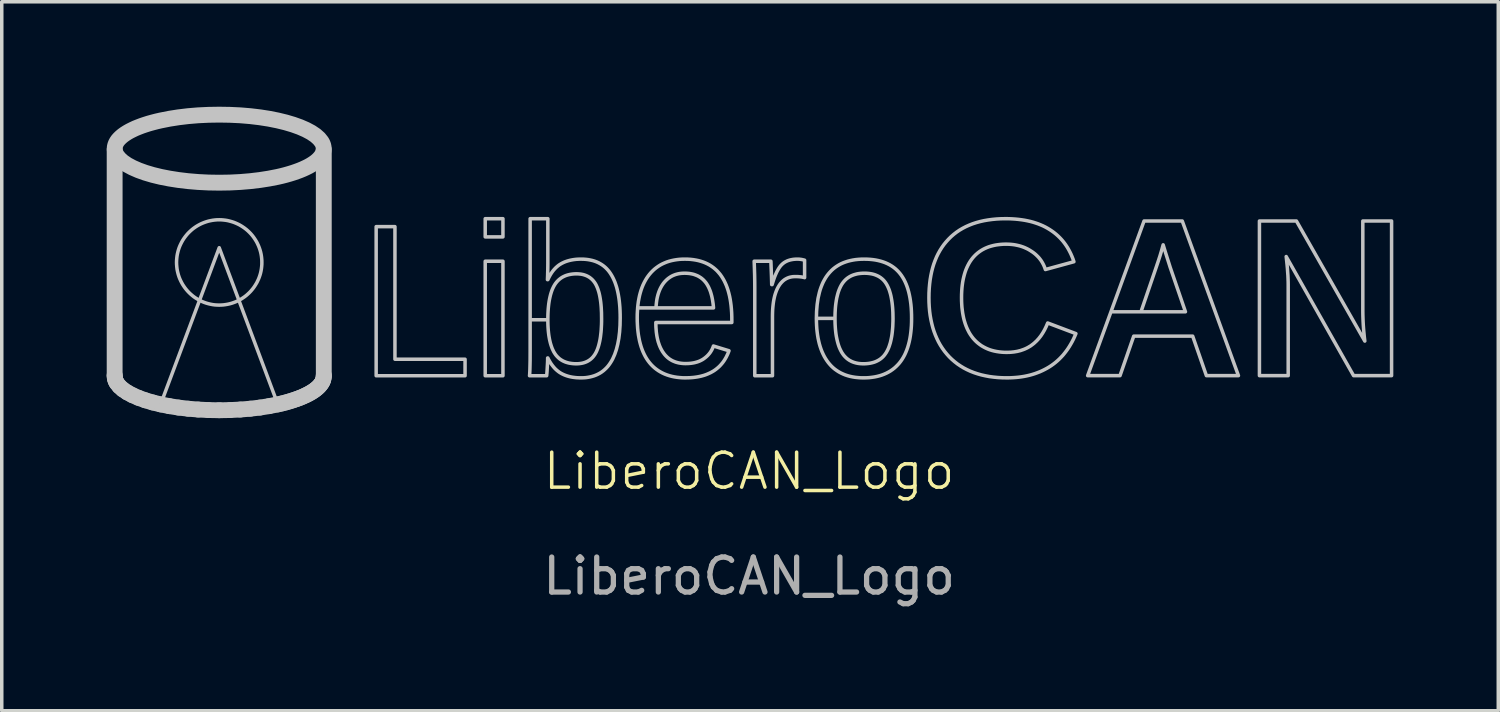
<source format=kicad_pcb>
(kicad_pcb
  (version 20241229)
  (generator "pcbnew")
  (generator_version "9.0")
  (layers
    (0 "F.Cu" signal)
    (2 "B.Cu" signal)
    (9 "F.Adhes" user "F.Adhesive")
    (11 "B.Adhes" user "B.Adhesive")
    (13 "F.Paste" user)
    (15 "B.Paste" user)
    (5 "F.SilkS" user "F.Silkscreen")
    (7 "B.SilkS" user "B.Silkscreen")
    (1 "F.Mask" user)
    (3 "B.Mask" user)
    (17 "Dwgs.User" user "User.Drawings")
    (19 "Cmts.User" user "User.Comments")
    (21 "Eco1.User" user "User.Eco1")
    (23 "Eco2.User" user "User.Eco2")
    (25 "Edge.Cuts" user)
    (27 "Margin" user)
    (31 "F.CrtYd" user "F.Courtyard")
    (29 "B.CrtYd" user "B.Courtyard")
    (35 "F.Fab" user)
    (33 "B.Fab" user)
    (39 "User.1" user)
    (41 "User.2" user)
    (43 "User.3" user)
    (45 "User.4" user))
  (footprint "LiberoCAN_Logo"
    (layer "F.Cu")
    (at 18.363 10.917)
    (property "Reference" "LiberoCAN_Logo" (at 0 -0.5 0) (unlocked yes) (layer "F.SilkS") (effects (font (size 1 1) (thickness 0.1))))
    (fp_line (start -18.136 -3.245) (end -18.136 -9.686) (stroke (width 0.453) (type solid) (color 255 255 255 1)) (layer "Dwgs.User"))
    (fp_line (start -18.135 -3.214) (end -18.136 -3.245) (stroke (width 0.453) (type default)) (layer "Dwgs.User"))
    (fp_line (start -18.131 -3.164) (end -18.135 -3.214) (stroke (width 0.453) (type solid) (color 255 255 255 1)) (layer "Dwgs.User"))
    (fp_line (start -18.119 -3.114) (end -18.131 -3.164) (stroke (width 0.453) (type solid) (color 255 255 255 1)) (layer "Dwgs.User"))
    (fp_line (start -18.1 -3.065) (end -18.119 -3.114) (stroke (width 0.453) (type solid) (color 255 255 255 1)) (layer "Dwgs.User"))
    (fp_line (start -18.074 -3.018) (end -18.1 -3.065) (stroke (width 0.453) (type solid) (color 255 255 255 1)) (layer "Dwgs.User"))
    (fp_line (start -18 -2.924) (end -18.074 -3.018) (stroke (width 0.453) (type solid) (color 255 255 255 1)) (layer "Dwgs.User"))
    (fp_line (start -17.9 -2.835) (end -18 -2.924) (stroke (width 0.453) (type solid) (color 255 255 255 1)) (layer "Dwgs.User"))
    (fp_line (start -17.774 -2.75) (end -17.9 -2.835) (stroke (width 0.453) (type solid) (color 255 255 255 1)) (layer "Dwgs.User"))
    (fp_line (start -17.624 -2.67) (end -17.774 -2.75) (stroke (width 0.453) (type solid) (color 255 255 255 1)) (layer "Dwgs.User"))
    (fp_line (start -17.452 -2.595) (end -17.624 -2.67) (stroke (width 0.453) (type solid) (color 255 255 255 1)) (layer "Dwgs.User"))
    (fp_line (start -17.26 -2.526) (end -17.452 -2.595) (stroke (width 0.453) (type solid) (color 255 255 255 1)) (layer "Dwgs.User"))
    (fp_line (start -17.047 -2.463) (end -17.26 -2.526) (stroke (width 0.453) (type solid) (color 255 255 255 1)) (layer "Dwgs.User"))
    (fp_line (start -16.817 -2.407) (end -17.047 -2.463) (stroke (width 0.453) (type solid) (color 255 255 255 1)) (layer "Dwgs.User"))
    (fp_line (start -16.571 -2.358) (end -16.817 -2.407) (stroke (width 0.453) (type solid) (color 255 255 255 1)) (layer "Dwgs.User"))
    (fp_line (start -16.31 -2.317) (end -16.571 -2.358) (stroke (width 0.453) (type solid) (color 255 255 255 1)) (layer "Dwgs.User"))
    (fp_line (start -16.036 -2.285) (end -16.31 -2.317) (stroke (width 0.453) (type solid) (color 255 255 255 1)) (layer "Dwgs.User"))
    (fp_line (start -15.749 -2.261) (end -16.036 -2.285) (stroke (width 0.453) (type solid) (color 255 255 255 1)) (layer "Dwgs.User"))
    (fp_line (start -15.453 -2.246) (end -15.749 -2.261) (stroke (width 0.453) (type solid) (color 255 255 255 1)) (layer "Dwgs.User"))
    (fp_line (start -15.147 -2.241) (end -15.453 -2.246) (stroke (width 0.453) (type solid) (color 255 255 255 1)) (layer "Dwgs.User"))
    (fp_line (start -14.842 -2.246) (end -15.147 -2.241) (stroke (width 0.453) (type solid) (color 255 255 255 1)) (layer "Dwgs.User"))
    (fp_line (start -14.545 -2.261) (end -14.842 -2.246) (stroke (width 0.453) (type solid) (color 255 255 255 1)) (layer "Dwgs.User"))
    (fp_line (start -14.259 -2.285) (end -14.545 -2.261) (stroke (width 0.453) (type solid) (color 255 255 255 1)) (layer "Dwgs.User"))
    (fp_line (start -13.984 -2.317) (end -14.259 -2.285) (stroke (width 0.453) (type solid) (color 255 255 255 1)) (layer "Dwgs.User"))
    (fp_line (start -13.723 -2.358) (end -13.984 -2.317) (stroke (width 0.453) (type solid) (color 255 255 255 1)) (layer "Dwgs.User"))
    (fp_line (start -13.477 -2.407) (end -13.723 -2.358) (stroke (width 0.453) (type solid) (color 255 255 255 1)) (layer "Dwgs.User"))
    (fp_line (start -13.36 -2.434) (end -13.477 -2.407) (stroke (width 0.453) (type solid) (color 255 255 255 1)) (layer "Dwgs.User"))
    (fp_line (start -13.247 -2.463) (end -13.36 -2.434) (stroke (width 0.453) (type solid) (color 255 255 255 1)) (layer "Dwgs.User"))
    (fp_line (start -13.138 -2.494) (end -13.247 -2.463) (stroke (width 0.453) (type solid) (color 255 255 255 1)) (layer "Dwgs.User"))
    (fp_line (start -13.035 -2.526) (end -13.138 -2.494) (stroke (width 0.453) (type solid) (color 255 255 255 1)) (layer "Dwgs.User"))
    (fp_line (start -12.936 -2.56) (end -13.035 -2.526) (stroke (width 0.453) (type solid) (color 255 255 255 1)) (layer "Dwgs.User"))
    (fp_line (start -12.842 -2.595) (end -12.936 -2.56) (stroke (width 0.453) (type solid) (color 255 255 255 1)) (layer "Dwgs.User"))
    (fp_line (start -12.753 -2.632) (end -12.842 -2.595) (stroke (width 0.453) (type solid) (color 255 255 255 1)) (layer "Dwgs.User"))
    (fp_line (start -12.67 -2.67) (end -12.753 -2.632) (stroke (width 0.453) (type solid) (color 255 255 255 1)) (layer "Dwgs.User"))
    (fp_line (start -12.592 -2.709) (end -12.67 -2.67) (stroke (width 0.453) (type solid) (color 255 255 255 1)) (layer "Dwgs.User"))
    (fp_line (start -12.52 -2.75) (end -12.592 -2.709) (stroke (width 0.453) (type solid) (color 255 255 255 1)) (layer "Dwgs.User"))
    (fp_line (start -12.454 -2.792) (end -12.52 -2.75) (stroke (width 0.453) (type solid) (color 255 255 255 1)) (layer "Dwgs.User"))
    (fp_line (start -12.394 -2.835) (end -12.454 -2.792) (stroke (width 0.453) (type solid) (color 255 255 255 1)) (layer "Dwgs.User"))
    (fp_line (start -12.341 -2.879) (end -12.394 -2.835) (stroke (width 0.453) (type solid) (color 255 255 255 1)) (layer "Dwgs.User"))
    (fp_line (start -12.294 -2.924) (end -12.341 -2.879) (stroke (width 0.453) (type solid) (color 255 255 255 1)) (layer "Dwgs.User"))
    (fp_line (start -12.254 -2.971) (end -12.294 -2.924) (stroke (width 0.453) (type solid) (color 255 255 255 1)) (layer "Dwgs.User"))
    (fp_line (start -12.22 -3.018) (end -12.254 -2.971) (stroke (width 0.453) (type solid) (color 255 255 255 1)) (layer "Dwgs.User"))
    (fp_line (start -12.194 -3.065) (end -12.22 -3.018) (stroke (width 0.453) (type solid) (color 255 255 255 1)) (layer "Dwgs.User"))
    (fp_line (start -12.175 -3.114) (end -12.194 -3.065) (stroke (width 0.453) (type solid) (color 255 255 255 1)) (layer "Dwgs.User"))
    (fp_line (start -12.164 -3.164) (end -12.175 -3.114) (stroke (width 0.453) (type solid) (color 255 255 255 1)) (layer "Dwgs.User"))
    (fp_line (start -12.16 -3.214) (end -12.164 -3.164) (stroke (width 0.453) (type solid) (color 255 255 255 1)) (layer "Dwgs.User"))
    (fp_line (start -12.16 -3.214) (end -12.158 -3.245) (stroke (width 0.453) (type default)) (layer "Dwgs.User"))
    (fp_line (start -12.158 -9.686) (end -12.158 -3.245) (stroke (width 0.453) (type solid) (color 255 255 255 1)) (layer "Dwgs.User"))
    (fp_poly (pts (xy -13.45 -2.351) (xy -16.844 -2.351) (xy -15.147 -6.886)) (stroke (width 0.1) (type solid)) (fill no) (layer "Dwgs.User"))
    (fp_poly (pts (xy -7.037 -7.196) (xy -7.544 -7.196) (xy -7.544 -7.716) (xy -7.037 -7.716)) (stroke (width 0.1) (type solid)) (fill no) (layer "Dwgs.User"))
    (fp_poly (pts (xy -7.037 -3.227) (xy -7.544 -3.227) (xy -7.544 -6.5) (xy -7.037 -6.5)) (stroke (width 0.1) (type solid)) (fill no) (layer "Dwgs.User"))
    (fp_poly (pts (xy -10.124 -3.699) (xy -8.12 -3.699) (xy -8.12 -3.227) (xy -10.661 -3.227) (xy -10.661 -7.489) (xy -10.124 -7.489)) (stroke (width 0.1) (type solid)) (fill no) (layer "Dwgs.User"))
    (fp_poly (pts (xy 13.986 -3.23) (xy 13.07 -3.23) (xy 12.678 -4.359) (xy 10.993 -4.359) (xy 10.601 -3.23) (xy 9.676 -3.23) (xy 10.342 -5.055) (xy 11.2 -5.055) (xy 12.471 -5.055) (xy 12.035 -6.326) (xy 11.9 -6.753) (xy 11.834 -6.969) (xy 11.815 -6.9) (xy 11.799 -6.842) (xy 11.781 -6.779) (xy 11.761 -6.713) (xy 11.74 -6.643) (xy 11.69 -6.49) (xy 11.583 -6.174) (xy 11.2 -5.055) (xy 10.342 -5.055) (xy 11.288 -7.65) (xy 12.38 -7.65)) (stroke (width 0.1) (type solid)) (fill no) (layer "Dwgs.User"))
    (fp_poly (pts (xy 17.598 -4.218) (xy 17.584 -4.335) (xy 17.573 -4.449) (xy 17.563 -4.561) (xy 17.555 -4.67) (xy 17.549 -4.777) (xy 17.545 -4.881) (xy 17.542 -4.982) (xy 17.541 -5.081) (xy 17.541 -7.65) (xy 18.363 -7.65) (xy 18.363 -3.23) (xy 17.277 -3.23) (xy 15.351 -6.634) (xy 15.376 -6.398) (xy 15.386 -6.289) (xy 15.393 -6.186) (xy 15.4 -6.09) (xy 15.404 -5.999) (xy 15.407 -5.915) (xy 15.408 -5.837) (xy 15.408 -3.23) (xy 14.586 -3.23) (xy 14.586 -7.65) (xy 15.643 -7.65)) (stroke (width 0.1) (type solid)) (fill no) (layer "Dwgs.User"))
    (fp_poly (pts (xy -14.842 -10.685) (xy -14.545 -10.671) (xy -14.259 -10.647) (xy -13.984 -10.614) (xy -13.723 -10.573) (xy -13.477 -10.524) (xy -13.247 -10.468) (xy -13.035 -10.405) (xy -12.842 -10.336) (xy -12.67 -10.261) (xy -12.52 -10.181) (xy -12.394 -10.096) (xy -12.294 -10.007) (xy -12.22 -9.914) (xy -12.194 -9.866) (xy -12.175 -9.817) (xy -12.164 -9.768) (xy -12.16 -9.718) (xy -12.164 -9.668) (xy -12.175 -9.618) (xy -12.194 -9.57) (xy -12.22 -9.522) (xy -12.254 -9.475) (xy -12.294 -9.429) (xy -12.341 -9.383) (xy -12.394 -9.339) (xy -12.454 -9.296) (xy -12.52 -9.254) (xy -12.592 -9.213) (xy -12.67 -9.174) (xy -12.753 -9.136) (xy -12.842 -9.099) (xy -12.936 -9.064) (xy -13.035 -9.03) (xy -13.138 -8.998) (xy -13.247 -8.967) (xy -13.36 -8.938) (xy -13.477 -8.911) (xy -13.723 -8.863) (xy -13.984 -8.822) (xy -14.259 -8.789) (xy -14.545 -8.765) (xy -14.842 -8.75) (xy -15.147 -8.745) (xy -15.453 -8.75) (xy -15.749 -8.765) (xy -16.036 -8.789) (xy -16.31 -8.822) (xy -16.571 -8.863) (xy -16.817 -8.911) (xy -17.047 -8.967) (xy -17.26 -9.03) (xy -17.452 -9.099) (xy -17.624 -9.174) (xy -17.774 -9.254) (xy -17.9 -9.339) (xy -18 -9.429) (xy -18.074 -9.522) (xy -18.1 -9.57) (xy -18.119 -9.618) (xy -18.131 -9.668) (xy -18.135 -9.718) (xy -18.131 -9.768) (xy -18.119 -9.817) (xy -18.1 -9.866) (xy -18.074 -9.914) (xy -18.041 -9.961) (xy -18 -10.007) (xy -17.953 -10.052) (xy -17.9 -10.096) (xy -17.84 -10.139) (xy -17.774 -10.181) (xy -17.702 -10.222) (xy -17.624 -10.261) (xy -17.541 -10.3) (xy -17.452 -10.336) (xy -17.358 -10.372) (xy -17.26 -10.405) (xy -17.156 -10.438) (xy -17.047 -10.468) (xy -16.935 -10.497) (xy -16.817 -10.524) (xy -16.571 -10.573) (xy -16.31 -10.614) (xy -16.036 -10.647) (xy -15.749 -10.671) (xy -15.453 -10.685) (xy -15.147 -10.69)) (stroke (width 0.453) (type solid) (color 255 255 255 1)) (fill no) (layer "Dwgs.User"))
    (fp_poly (pts (xy 1.405 -6.56) (xy 1.43 -6.559) (xy 1.456 -6.556) (xy 1.481 -6.553) (xy 1.507 -6.549) (xy 1.533 -6.543) (xy 1.559 -6.537) (xy 1.585 -6.53) (xy 1.585 -6.031) (xy 1.572 -6.035) (xy 1.558 -6.038) (xy 1.544 -6.041) (xy 1.53 -6.044) (xy 1.515 -6.047) (xy 1.499 -6.05) (xy 1.467 -6.054) (xy 1.432 -6.057) (xy 1.395 -6.06) (xy 1.356 -6.061) (xy 1.315 -6.061) (xy 1.276 -6.06) (xy 1.238 -6.057) (xy 1.202 -6.051) (xy 1.166 -6.043) (xy 1.132 -6.033) (xy 1.099 -6.02) (xy 1.067 -6.005) (xy 1.037 -5.988) (xy 1.007 -5.969) (xy 0.979 -5.947) (xy 0.952 -5.923) (xy 0.926 -5.896) (xy 0.901 -5.868) (xy 0.877 -5.837) (xy 0.855 -5.804) (xy 0.833 -5.768) (xy 0.813 -5.731) (xy 0.794 -5.691) (xy 0.777 -5.65) (xy 0.761 -5.607) (xy 0.746 -5.562) (xy 0.732 -5.515) (xy 0.72 -5.465) (xy 0.709 -5.414) (xy 0.699 -5.361) (xy 0.691 -5.306) (xy 0.684 -5.249) (xy 0.678 -5.19) (xy 0.673 -5.128) (xy 0.67 -5.065) (xy 0.668 -5) (xy 0.667 -4.933) (xy 0.667 -3.227) (xy 0.161 -3.227) (xy 0.161 -5.738) (xy 0.16 -5.915) (xy 0.157 -6.101) (xy 0.151 -6.296) (xy 0.144 -6.5) (xy 0.622 -6.5) (xy 0.639 -6.055) (xy 0.643 -5.915) (xy 0.645 -5.832) (xy 0.656 -5.832) (xy 0.687 -5.932) (xy 0.703 -5.98) (xy 0.719 -6.025) (xy 0.735 -6.068) (xy 0.752 -6.109) (xy 0.769 -6.148) (xy 0.786 -6.185) (xy 0.804 -6.22) (xy 0.822 -6.253) (xy 0.84 -6.284) (xy 0.858 -6.312) (xy 0.877 -6.339) (xy 0.896 -6.364) (xy 0.915 -6.386) (xy 0.935 -6.406) (xy 0.955 -6.425) (xy 0.976 -6.442) (xy 0.998 -6.459) (xy 1.022 -6.474) (xy 1.046 -6.488) (xy 1.071 -6.5) (xy 1.097 -6.512) (xy 1.125 -6.522) (xy 1.153 -6.531) (xy 1.182 -6.539) (xy 1.213 -6.545) (xy 1.244 -6.551) (xy 1.276 -6.555) (xy 1.31 -6.558) (xy 1.344 -6.56) (xy 1.379 -6.56)) (stroke (width 0.1) (type solid)) (fill no) (layer "Dwgs.User"))
    (fp_poly (pts (xy -15.087 -7.684) (xy -15.027 -7.679) (xy -14.967 -7.672) (xy -14.908 -7.662) (xy -14.85 -7.648) (xy -14.792 -7.632) (xy -14.736 -7.614) (xy -14.68 -7.592) (xy -14.626 -7.568) (xy -14.573 -7.542) (xy -14.521 -7.512) (xy -14.471 -7.48) (xy -14.422 -7.446) (xy -14.374 -7.409) (xy -14.329 -7.37) (xy -14.285 -7.328) (xy -14.243 -7.284) (xy -14.204 -7.239) (xy -14.167 -7.191) (xy -14.133 -7.142) (xy -14.101 -7.092) (xy -14.071 -7.04) (xy -14.045 -6.987) (xy -14.02 -6.932) (xy -13.999 -6.877) (xy -13.98 -6.82) (xy -13.964 -6.763) (xy -13.951 -6.705) (xy -13.941 -6.646) (xy -13.934 -6.586) (xy -13.929 -6.526) (xy -13.928 -6.466) (xy -13.928 -6.466) (xy -13.929 -6.405) (xy -13.934 -6.345) (xy -13.941 -6.286) (xy -13.951 -6.227) (xy -13.964 -6.168) (xy -13.98 -6.111) (xy -13.999 -6.054) (xy -14.02 -5.999) (xy -14.045 -5.945) (xy -14.071 -5.891) (xy -14.101 -5.84) (xy -14.133 -5.789) (xy -14.167 -5.74) (xy -14.204 -5.693) (xy -14.243 -5.647) (xy -14.285 -5.603) (xy -14.329 -5.562) (xy -14.374 -5.522) (xy -14.422 -5.485) (xy -14.471 -5.451) (xy -14.521 -5.419) (xy -14.573 -5.39) (xy -14.626 -5.363) (xy -14.68 -5.339) (xy -14.736 -5.318) (xy -14.792 -5.299) (xy -14.85 -5.283) (xy -14.908 -5.27) (xy -14.967 -5.26) (xy -15.027 -5.252) (xy -15.087 -5.248) (xy -15.147 -5.246) (xy -15.21 -5.248) (xy -15.272 -5.252) (xy -15.333 -5.26) (xy -15.393 -5.271) (xy -15.452 -5.285) (xy -15.51 -5.301) (xy -15.566 -5.32) (xy -15.622 -5.342) (xy -15.676 -5.366) (xy -15.728 -5.393) (xy -15.779 -5.423) (xy -15.829 -5.454) (xy -15.877 -5.488) (xy -15.923 -5.525) (xy -15.967 -5.563) (xy -16.009 -5.603) (xy -16.05 -5.646) (xy -16.088 -5.69) (xy -16.124 -5.736) (xy -16.158 -5.784) (xy -16.19 -5.833) (xy -16.219 -5.884) (xy -16.246 -5.937) (xy -16.271 -5.991) (xy -16.293 -6.046) (xy -16.312 -6.103) (xy -16.328 -6.161) (xy -16.342 -6.22) (xy -16.353 -6.28) (xy -16.36 -6.341) (xy -16.365 -6.403) (xy -16.367 -6.466) (xy -16.365 -6.528) (xy -16.36 -6.59) (xy -16.353 -6.651) (xy -16.342 -6.711) (xy -16.328 -6.77) (xy -16.312 -6.828) (xy -16.293 -6.885) (xy -16.271 -6.94) (xy -16.246 -6.994) (xy -16.219 -7.047) (xy -16.19 -7.098) (xy -16.158 -7.148) (xy -16.124 -7.195) (xy -16.088 -7.241) (xy -16.05 -7.286) (xy -16.009 -7.328) (xy -15.967 -7.368) (xy -15.923 -7.407) (xy -15.877 -7.443) (xy -15.829 -7.477) (xy -15.779 -7.509) (xy -15.728 -7.538) (xy -15.676 -7.565) (xy -15.622 -7.589) (xy -15.566 -7.611) (xy -15.51 -7.63) (xy -15.452 -7.647) (xy -15.393 -7.66) (xy -15.333 -7.671) (xy -15.272 -7.679) (xy -15.21 -7.684) (xy -15.147 -7.685)) (stroke (width 0.1) (type solid)) (fill no) (layer "Dwgs.User"))
    (fp_poly (pts (xy 7.425 -7.715) (xy 7.519 -7.711) (xy 7.61 -7.705) (xy 7.7 -7.696) (xy 7.787 -7.685) (xy 7.872 -7.672) (xy 7.954 -7.656) (xy 8.035 -7.638) (xy 8.113 -7.617) (xy 8.189 -7.593) (xy 8.262 -7.568) (xy 8.334 -7.539) (xy 8.403 -7.509) (xy 8.469 -7.476) (xy 8.534 -7.44) (xy 8.596 -7.402) (xy 8.656 -7.362) (xy 8.714 -7.32) (xy 8.77 -7.275) (xy 8.823 -7.228) (xy 8.874 -7.179) (xy 8.922 -7.128) (xy 8.969 -7.074) (xy 9.013 -7.018) (xy 9.055 -6.959) (xy 9.094 -6.899) (xy 9.131 -6.836) (xy 9.166 -6.77) (xy 9.199 -6.703) (xy 9.229 -6.633) (xy 9.258 -6.561) (xy 9.283 -6.486) (xy 8.468 -6.263) (xy 8.454 -6.304) (xy 8.439 -6.344) (xy 8.422 -6.383) (xy 8.403 -6.421) (xy 8.383 -6.458) (xy 8.362 -6.493) (xy 8.339 -6.528) (xy 8.314 -6.561) (xy 8.288 -6.594) (xy 8.26 -6.625) (xy 8.23 -6.655) (xy 8.199 -6.685) (xy 8.167 -6.713) (xy 8.133 -6.74) (xy 8.097 -6.766) (xy 8.06 -6.79) (xy 8.022 -6.814) (xy 7.983 -6.837) (xy 7.943 -6.858) (xy 7.902 -6.877) (xy 7.861 -6.895) (xy 7.819 -6.911) (xy 7.775 -6.926) (xy 7.731 -6.939) (xy 7.686 -6.95) (xy 7.64 -6.96) (xy 7.594 -6.969) (xy 7.546 -6.976) (xy 7.498 -6.981) (xy 7.449 -6.985) (xy 7.399 -6.987) (xy 7.348 -6.988) (xy 7.27 -6.987) (xy 7.196 -6.982) (xy 7.123 -6.974) (xy 7.053 -6.964) (xy 6.985 -6.95) (xy 6.919 -6.933) (xy 6.856 -6.914) (xy 6.796 -6.891) (xy 6.737 -6.865) (xy 6.681 -6.836) (xy 6.627 -6.804) (xy 6.576 -6.769) (xy 6.527 -6.731) (xy 6.48 -6.69) (xy 6.436 -6.646) (xy 6.394 -6.599) (xy 6.355 -6.549) (xy 6.318 -6.496) (xy 6.284 -6.44) (xy 6.253 -6.382) (xy 6.224 -6.321) (xy 6.197 -6.257) (xy 6.173 -6.19) (xy 6.152 -6.12) (xy 6.133 -6.047) (xy 6.116 -5.972) (xy 6.102 -5.894) (xy 6.091 -5.813) (xy 6.082 -5.729) (xy 6.076 -5.642) (xy 6.072 -5.553) (xy 6.071 -5.46) (xy 6.072 -5.366) (xy 6.076 -5.275) (xy 6.082 -5.187) (xy 6.092 -5.102) (xy 6.103 -5.019) (xy 6.118 -4.939) (xy 6.134 -4.862) (xy 6.154 -4.788) (xy 6.176 -4.717) (xy 6.201 -4.648) (xy 6.228 -4.582) (xy 6.258 -4.52) (xy 6.29 -4.459) (xy 6.325 -4.402) (xy 6.363 -4.348) (xy 6.403 -4.296) (xy 6.446 -4.248) (xy 6.492 -4.202) (xy 6.54 -4.16) (xy 6.59 -4.121) (xy 6.642 -4.084) (xy 6.697 -4.052) (xy 6.754 -4.022) (xy 6.813 -3.995) (xy 6.874 -3.971) (xy 6.938 -3.951) (xy 7.004 -3.934) (xy 7.073 -3.92) (xy 7.144 -3.909) (xy 7.217 -3.901) (xy 7.292 -3.896) (xy 7.37 -3.895) (xy 7.472 -3.898) (xy 7.571 -3.908) (xy 7.666 -3.924) (xy 7.757 -3.947) (xy 7.843 -3.977) (xy 7.885 -3.994) (xy 7.926 -4.013) (xy 7.966 -4.033) (xy 8.005 -4.056) (xy 8.043 -4.079) (xy 8.079 -4.105) (xy 8.115 -4.132) (xy 8.15 -4.161) (xy 8.217 -4.223) (xy 8.28 -4.292) (xy 8.339 -4.368) (xy 8.393 -4.45) (xy 8.444 -4.538) (xy 8.491 -4.634) (xy 8.534 -4.735) (xy 9.34 -4.431) (xy 9.306 -4.352) (xy 9.271 -4.276) (xy 9.234 -4.203) (xy 9.194 -4.132) (xy 9.153 -4.063) (xy 9.11 -3.997) (xy 9.065 -3.934) (xy 9.018 -3.873) (xy 8.97 -3.814) (xy 8.919 -3.759) (xy 8.866 -3.705) (xy 8.812 -3.655) (xy 8.755 -3.606) (xy 8.697 -3.561) (xy 8.637 -3.518) (xy 8.574 -3.477) (xy 8.511 -3.44) (xy 8.446 -3.405) (xy 8.379 -3.372) (xy 8.311 -3.341) (xy 8.241 -3.314) (xy 8.17 -3.288) (xy 8.097 -3.265) (xy 8.022 -3.244) (xy 7.946 -3.226) (xy 7.868 -3.21) (xy 7.789 -3.197) (xy 7.708 -3.186) (xy 7.626 -3.178) (xy 7.542 -3.172) (xy 7.457 -3.168) (xy 7.37 -3.167) (xy 7.238 -3.169) (xy 7.111 -3.176) (xy 6.987 -3.188) (xy 6.866 -3.204) (xy 6.75 -3.226) (xy 6.638 -3.251) (xy 6.529 -3.282) (xy 6.424 -3.317) (xy 6.322 -3.357) (xy 6.225 -3.402) (xy 6.131 -3.451) (xy 6.041 -3.506) (xy 5.955 -3.564) (xy 5.873 -3.628) (xy 5.794 -3.696) (xy 5.719 -3.769) (xy 5.649 -3.847) (xy 5.583 -3.928) (xy 5.522 -4.013) (xy 5.465 -4.102) (xy 5.413 -4.194) (xy 5.366 -4.291) (xy 5.323 -4.391) (xy 5.284 -4.495) (xy 5.25 -4.602) (xy 5.221 -4.714) (xy 5.196 -4.829) (xy 5.175 -4.947) (xy 5.159 -5.07) (xy 5.148 -5.196) (xy 5.141 -5.326) (xy 5.139 -5.46) (xy 5.141 -5.594) (xy 5.148 -5.724) (xy 5.159 -5.851) (xy 5.174 -5.973) (xy 5.194 -6.091) (xy 5.218 -6.206) (xy 5.246 -6.316) (xy 5.279 -6.423) (xy 5.317 -6.525) (xy 5.358 -6.624) (xy 5.404 -6.718) (xy 5.455 -6.809) (xy 5.51 -6.896) (xy 5.569 -6.979) (xy 5.633 -7.057) (xy 5.701 -7.132) (xy 5.773 -7.203) (xy 5.849 -7.269) (xy 5.929 -7.331) (xy 6.013 -7.388) (xy 6.101 -7.44) (xy 6.193 -7.488) (xy 6.289 -7.531) (xy 6.388 -7.57) (xy 6.492 -7.604) (xy 6.6 -7.634) (xy 6.711 -7.659) (xy 6.827 -7.679) (xy 6.947 -7.695) (xy 7.07 -7.707) (xy 7.197 -7.714) (xy 7.329 -7.716)) (stroke (width 0.1) (type solid)) (fill no) (layer "Dwgs.User"))
    (fp_poly (pts (xy -1.754 -6.559) (xy -1.674 -6.554) (xy -1.597 -6.545) (xy -1.522 -6.533) (xy -1.45 -6.518) (xy -1.381 -6.499) (xy -1.314 -6.477) (xy -1.25 -6.452) (xy -1.188 -6.423) (xy -1.129 -6.391) (xy -1.073 -6.355) (xy -1.019 -6.316) (xy -0.968 -6.273) (xy -0.919 -6.228) (xy -0.874 -6.178) (xy -0.83 -6.126) (xy -0.79 -6.07) (xy -0.752 -6.01) (xy -0.716 -5.947) (xy -0.684 -5.881) (xy -0.653 -5.811) (xy -0.626 -5.738) (xy -0.601 -5.662) (xy -0.579 -5.582) (xy -0.559 -5.499) (xy -0.542 -5.412) (xy -0.528 -5.322) (xy -0.516 -5.229) (xy -0.507 -5.132) (xy -0.5 -5.032) (xy -0.496 -4.928) (xy -0.495 -4.821) (xy -0.495 -4.749) (xy -2.667 -4.749) (xy -2.666 -4.679) (xy -2.664 -4.612) (xy -2.659 -4.547) (xy -2.654 -4.483) (xy -2.646 -4.422) (xy -2.637 -4.363) (xy -2.626 -4.306) (xy -2.613 -4.25) (xy -2.599 -4.197) (xy -2.582 -4.146) (xy -2.565 -4.097) (xy -2.545 -4.049) (xy -2.524 -4.004) (xy -2.501 -3.961) (xy -2.477 -3.92) (xy -2.45 -3.881) (xy -2.423 -3.844) (xy -2.393 -3.809) (xy -2.362 -3.777) (xy -2.33 -3.747) (xy -2.295 -3.719) (xy -2.278 -3.707) (xy -2.26 -3.694) (xy -2.241 -3.683) (xy -2.223 -3.672) (xy -2.184 -3.651) (xy -2.143 -3.634) (xy -2.102 -3.618) (xy -2.058 -3.605) (xy -2.013 -3.594) (xy -1.966 -3.586) (xy -1.918 -3.58) (xy -1.869 -3.576) (xy -1.817 -3.575) (xy -1.777 -3.576) (xy -1.737 -3.577) (xy -1.698 -3.58) (xy -1.661 -3.584) (xy -1.624 -3.589) (xy -1.589 -3.595) (xy -1.555 -3.602) (xy -1.521 -3.611) (xy -1.489 -3.62) (xy -1.457 -3.631) (xy -1.427 -3.642) (xy -1.398 -3.655) (xy -1.37 -3.669) (xy -1.342 -3.684) (xy -1.316 -3.7) (xy -1.291 -3.717) (xy -1.267 -3.735) (xy -1.243 -3.754) (xy -1.221 -3.773) (xy -1.199 -3.793) (xy -1.179 -3.813) (xy -1.159 -3.835) (xy -1.141 -3.856) (xy -1.124 -3.878) (xy -1.107 -3.901) (xy -1.092 -3.925) (xy -1.078 -3.948) (xy -1.064 -3.973) (xy -1.052 -3.998) (xy -1.041 -4.024) (xy -1.03 -4.05) (xy -1.021 -4.077) (xy -0.576 -3.941) (xy -0.594 -3.893) (xy -0.613 -3.847) (xy -0.634 -3.803) (xy -0.655 -3.76) (xy -0.679 -3.718) (xy -0.703 -3.678) (xy -0.729 -3.639) (xy -0.756 -3.602) (xy -0.785 -3.567) (xy -0.815 -3.533) (xy -0.846 -3.5) (xy -0.879 -3.469) (xy -0.913 -3.44) (xy -0.948 -3.412) (xy -0.985 -3.385) (xy -1.023 -3.36) (xy -1.063 -3.337) (xy -1.103 -3.315) (xy -1.146 -3.295) (xy -1.189 -3.276) (xy -1.234 -3.258) (xy -1.28 -3.242) (xy -1.328 -3.228) (xy -1.377 -3.215) (xy -1.427 -3.204) (xy -1.479 -3.194) (xy -1.532 -3.186) (xy -1.586 -3.179) (xy -1.642 -3.174) (xy -1.699 -3.17) (xy -1.817 -3.167) (xy -1.9 -3.168) (xy -1.981 -3.174) (xy -2.059 -3.182) (xy -2.135 -3.194) (xy -2.208 -3.209) (xy -2.279 -3.228) (xy -2.347 -3.25) (xy -2.412 -3.275) (xy -2.476 -3.304) (xy -2.536 -3.336) (xy -2.594 -3.371) (xy -2.65 -3.41) (xy -2.703 -3.452) (xy -2.754 -3.498) (xy -2.802 -3.547) (xy -2.847 -3.599) (xy -2.89 -3.655) (xy -2.93 -3.714) (xy -2.967 -3.776) (xy -3.001 -3.842) (xy -3.033 -3.911) (xy -3.062 -3.983) (xy -3.088 -4.058) (xy -3.111 -4.137) (xy -3.132 -4.219) (xy -3.149 -4.304) (xy -3.165 -4.393) (xy -3.177 -4.485) (xy -3.187 -4.58) (xy -3.193 -4.678) (xy -3.198 -4.78) (xy -3.199 -4.885) (xy -3.198 -4.985) (xy -3.193 -5.082) (xy -3.187 -5.166) (xy -2.661 -5.166) (xy -1.018 -5.166) (xy -1.024 -5.23) (xy -1.031 -5.291) (xy -1.04 -5.35) (xy -1.049 -5.407) (xy -1.06 -5.462) (xy -1.072 -5.514) (xy -1.086 -5.565) (xy -1.1 -5.613) (xy -1.116 -5.659) (xy -1.134 -5.703) (xy -1.152 -5.744) (xy -1.172 -5.784) (xy -1.193 -5.821) (xy -1.215 -5.856) (xy -1.238 -5.889) (xy -1.263 -5.919) (xy -1.289 -5.948) (xy -1.316 -5.975) (xy -1.345 -6) (xy -1.375 -6.024) (xy -1.407 -6.045) (xy -1.44 -6.065) (xy -1.474 -6.083) (xy -1.51 -6.098) (xy -1.547 -6.112) (xy -1.585 -6.125) (xy -1.625 -6.135) (xy -1.667 -6.143) (xy -1.709 -6.15) (xy -1.753 -6.154) (xy -1.799 -6.157) (xy -1.845 -6.158) (xy -1.891 -6.157) (xy -1.935 -6.154) (xy -1.978 -6.149) (xy -2.02 -6.142) (xy -2.061 -6.132) (xy -2.101 -6.121) (xy -2.139 -6.107) (xy -2.176 -6.092) (xy -2.212 -6.074) (xy -2.247 -6.054) (xy -2.28 -6.032) (xy -2.313 -6.008) (xy -2.344 -5.982) (xy -2.374 -5.954) (xy -2.403 -5.924) (xy -2.431 -5.892) (xy -2.457 -5.858) (xy -2.481 -5.823) (xy -2.504 -5.786) (xy -2.525 -5.748) (xy -2.545 -5.708) (xy -2.563 -5.667) (xy -2.58 -5.624) (xy -2.595 -5.579) (xy -2.609 -5.533) (xy -2.621 -5.485) (xy -2.632 -5.436) (xy -2.641 -5.385) (xy -2.648 -5.333) (xy -2.654 -5.279) (xy -2.659 -5.223) (xy -2.661 -5.166) (xy -3.187 -5.166) (xy -3.187 -5.175) (xy -3.177 -5.266) (xy -3.165 -5.355) (xy -3.149 -5.44) (xy -3.132 -5.522) (xy -3.111 -5.601) (xy -3.088 -5.677) (xy -3.062 -5.75) (xy -3.033 -5.821) (xy -3.001 -5.888) (xy -2.967 -5.952) (xy -2.93 -6.014) (xy -2.89 -6.072) (xy -2.847 -6.128) (xy -2.802 -6.18) (xy -2.754 -6.229) (xy -2.704 -6.275) (xy -2.651 -6.317) (xy -2.596 -6.356) (xy -2.539 -6.392) (xy -2.479 -6.424) (xy -2.417 -6.452) (xy -2.353 -6.478) (xy -2.286 -6.5) (xy -2.217 -6.518) (xy -2.146 -6.533) (xy -2.072 -6.545) (xy -1.996 -6.554) (xy -1.918 -6.559) (xy -1.837 -6.56)) (stroke (width 0.1) (type solid)) (fill no) (layer "Dwgs.User"))
    (fp_poly (pts (xy 3.373 -6.559) (xy 3.456 -6.554) (xy 3.536 -6.546) (xy 3.613 -6.535) (xy 3.687 -6.52) (xy 3.759 -6.502) (xy 3.827 -6.481) (xy 3.893 -6.457) (xy 3.956 -6.429) (xy 4.015 -6.399) (xy 4.072 -6.365) (xy 4.127 -6.327) (xy 4.178 -6.287) (xy 4.226 -6.243) (xy 4.272 -6.196) (xy 4.314 -6.146) (xy 4.354 -6.093) (xy 4.391 -6.036) (xy 4.426 -5.976) (xy 4.458 -5.912) (xy 4.488 -5.844) (xy 4.515 -5.773) (xy 4.539 -5.699) (xy 4.561 -5.621) (xy 4.58 -5.539) (xy 4.597 -5.453) (xy 4.611 -5.365) (xy 4.623 -5.272) (xy 4.632 -5.176) (xy 4.638 -5.077) (xy 4.642 -4.973) (xy 4.643 -4.867) (xy 4.642 -4.761) (xy 4.638 -4.659) (xy 4.631 -4.56) (xy 4.621 -4.465) (xy 4.609 -4.373) (xy 4.594 -4.284) (xy 4.576 -4.199) (xy 4.555 -4.117) (xy 4.532 -4.039) (xy 4.506 -3.964) (xy 4.477 -3.893) (xy 4.446 -3.825) (xy 4.411 -3.76) (xy 4.374 -3.699) (xy 4.334 -3.641) (xy 4.292 -3.587) (xy 4.246 -3.536) (xy 4.199 -3.489) (xy 4.149 -3.444) (xy 4.096 -3.403) (xy 4.041 -3.365) (xy 3.983 -3.331) (xy 3.923 -3.3) (xy 3.86 -3.272) (xy 3.795 -3.247) (xy 3.728 -3.226) (xy 3.658 -3.208) (xy 3.585 -3.193) (xy 3.51 -3.182) (xy 3.433 -3.173) (xy 3.353 -3.168) (xy 3.27 -3.167) (xy 3.188 -3.168) (xy 3.109 -3.174) (xy 3.032 -3.182) (xy 2.957 -3.194) (xy 2.885 -3.209) (xy 2.816 -3.228) (xy 2.749 -3.25) (xy 2.685 -3.276) (xy 2.623 -3.305) (xy 2.564 -3.337) (xy 2.508 -3.373) (xy 2.453 -3.412) (xy 2.402 -3.454) (xy 2.353 -3.5) (xy 2.307 -3.55) (xy 2.263 -3.602) (xy 2.222 -3.659) (xy 2.183 -3.718) (xy 2.147 -3.78) (xy 2.114 -3.846) (xy 2.083 -3.914) (xy 2.055 -3.986) (xy 2.03 -4.06) (xy 2.007 -4.138) (xy 1.988 -4.218) (xy 1.97 -4.302) (xy 1.956 -4.388) (xy 1.944 -4.478) (xy 1.934 -4.571) (xy 1.928 -4.666) (xy 1.924 -4.765) (xy 1.922 -4.867) (xy 2.454 -4.867) (xy 2.455 -4.787) (xy 2.457 -4.71) (xy 2.461 -4.635) (xy 2.466 -4.563) (xy 2.473 -4.493) (xy 2.481 -4.426) (xy 2.491 -4.362) (xy 2.503 -4.3) (xy 2.516 -4.24) (xy 2.53 -4.183) (xy 2.546 -4.128) (xy 2.563 -4.076) (xy 2.582 -4.026) (xy 2.603 -3.979) (xy 2.625 -3.935) (xy 2.648 -3.893) (xy 2.661 -3.873) (xy 2.674 -3.854) (xy 2.687 -3.835) (xy 2.701 -3.817) (xy 2.715 -3.799) (xy 2.73 -3.783) (xy 2.745 -3.767) (xy 2.761 -3.751) (xy 2.777 -3.736) (xy 2.793 -3.722) (xy 2.81 -3.708) (xy 2.827 -3.695) (xy 2.845 -3.683) (xy 2.863 -3.671) (xy 2.882 -3.66) (xy 2.901 -3.65) (xy 2.92 -3.64) (xy 2.94 -3.631) (xy 2.961 -3.622) (xy 2.981 -3.615) (xy 3.003 -3.607) (xy 3.024 -3.601) (xy 3.046 -3.595) (xy 3.069 -3.589) (xy 3.092 -3.585) (xy 3.115 -3.58) (xy 3.139 -3.577) (xy 3.163 -3.574) (xy 3.213 -3.57) (xy 3.265 -3.569) (xy 3.321 -3.57) (xy 3.374 -3.574) (xy 3.426 -3.58) (xy 3.476 -3.589) (xy 3.524 -3.6) (xy 3.57 -3.613) (xy 3.613 -3.629) (xy 3.655 -3.648) (xy 3.695 -3.669) (xy 3.732 -3.692) (xy 3.768 -3.718) (xy 3.801 -3.746) (xy 3.833 -3.777) (xy 3.862 -3.81) (xy 3.889 -3.846) (xy 3.915 -3.884) (xy 3.938 -3.924) (xy 3.961 -3.968) (xy 3.982 -4.014) (xy 4.001 -4.063) (xy 4.018 -4.115) (xy 4.035 -4.169) (xy 4.049 -4.227) (xy 4.062 -4.287) (xy 4.074 -4.349) (xy 4.084 -4.415) (xy 4.092 -4.483) (xy 4.099 -4.555) (xy 4.105 -4.628) (xy 4.108 -4.705) (xy 4.111 -4.784) (xy 4.112 -4.867) (xy 4.109 -5.03) (xy 4.105 -5.108) (xy 4.1 -5.182) (xy 4.093 -5.254) (xy 4.085 -5.322) (xy 4.075 -5.388) (xy 4.064 -5.451) (xy 4.052 -5.511) (xy 4.038 -5.568) (xy 4.022 -5.622) (xy 4.006 -5.674) (xy 3.987 -5.722) (xy 3.967 -5.767) (xy 3.946 -5.81) (xy 3.923 -5.85) (xy 3.911 -5.869) (xy 3.899 -5.887) (xy 3.886 -5.905) (xy 3.873 -5.922) (xy 3.859 -5.939) (xy 3.844 -5.955) (xy 3.83 -5.97) (xy 3.814 -5.985) (xy 3.798 -5.999) (xy 3.782 -6.012) (xy 3.765 -6.025) (xy 3.748 -6.038) (xy 3.73 -6.049) (xy 3.712 -6.061) (xy 3.693 -6.071) (xy 3.673 -6.081) (xy 3.653 -6.09) (xy 3.633 -6.099) (xy 3.612 -6.107) (xy 3.591 -6.115) (xy 3.569 -6.122) (xy 3.547 -6.128) (xy 3.524 -6.134) (xy 3.5 -6.139) (xy 3.477 -6.143) (xy 3.452 -6.147) (xy 3.402 -6.153) (xy 3.35 -6.157) (xy 3.296 -6.158) (xy 3.241 -6.157) (xy 3.188 -6.153) (xy 3.137 -6.147) (xy 3.089 -6.139) (xy 3.042 -6.127) (xy 2.997 -6.114) (xy 2.953 -6.098) (xy 2.912 -6.08) (xy 2.873 -6.059) (xy 2.835 -6.035) (xy 2.8 -6.01) (xy 2.766 -5.981) (xy 2.735 -5.951) (xy 2.705 -5.917) (xy 2.677 -5.882) (xy 2.651 -5.844) (xy 2.627 -5.803) (xy 2.605 -5.76) (xy 2.584 -5.714) (xy 2.565 -5.666) (xy 2.547 -5.614) (xy 2.531 -5.56) (xy 2.517 -5.503) (xy 2.503 -5.444) (xy 2.492 -5.381) (xy 2.482 -5.316) (xy 2.473 -5.248) (xy 2.466 -5.177) (xy 2.461 -5.104) (xy 2.457 -5.027) (xy 2.455 -4.948) (xy 2.454 -4.867) (xy 1.922 -4.867) (xy 1.928 -5.072) (xy 1.944 -5.264) (xy 1.97 -5.442) (xy 2.008 -5.608) (xy 2.03 -5.685) (xy 2.056 -5.76) (xy 2.084 -5.831) (xy 2.114 -5.899) (xy 2.148 -5.963) (xy 2.184 -6.025) (xy 2.222 -6.082) (xy 2.264 -6.137) (xy 2.308 -6.188) (xy 2.354 -6.236) (xy 2.403 -6.281) (xy 2.455 -6.322) (xy 2.51 -6.36) (xy 2.567 -6.395) (xy 2.627 -6.427) (xy 2.69 -6.455) (xy 2.755 -6.479) (xy 2.823 -6.501) (xy 2.894 -6.519) (xy 2.967 -6.534) (xy 3.043 -6.546) (xy 3.122 -6.554) (xy 3.203 -6.559) (xy 3.287 -6.56)) (stroke (width 0.1) (type solid)) (fill no) (layer "Dwgs.User"))
    (fp_poly (pts (xy -5.754 -6.436) (xy -5.755 -6.334) (xy -5.757 -6.222) (xy -5.76 -6.102) (xy -5.765 -5.974) (xy -5.754 -5.974) (xy -5.736 -6.012) (xy -5.717 -6.05) (xy -5.698 -6.085) (xy -5.678 -6.12) (xy -5.657 -6.153) (xy -5.636 -6.185) (xy -5.614 -6.215) (xy -5.591 -6.244) (xy -5.567 -6.271) (xy -5.543 -6.297) (xy -5.518 -6.322) (xy -5.492 -6.345) (xy -5.466 -6.367) (xy -5.439 -6.388) (xy -5.411 -6.407) (xy -5.382 -6.424) (xy -5.353 -6.441) (xy -5.322 -6.456) (xy -5.291 -6.471) (xy -5.259 -6.484) (xy -5.226 -6.496) (xy -5.192 -6.507) (xy -5.157 -6.517) (xy -5.122 -6.526) (xy -5.085 -6.534) (xy -5.048 -6.541) (xy -5.009 -6.547) (xy -4.97 -6.552) (xy -4.931 -6.556) (xy -4.89 -6.558) (xy -4.848 -6.56) (xy -4.806 -6.56) (xy -4.735 -6.559) (xy -4.666 -6.554) (xy -4.6 -6.546) (xy -4.536 -6.534) (xy -4.475 -6.52) (xy -4.416 -6.502) (xy -4.36 -6.481) (xy -4.305 -6.456) (xy -4.254 -6.428) (xy -4.204 -6.397) (xy -4.157 -6.363) (xy -4.113 -6.326) (xy -4.071 -6.285) (xy -4.031 -6.241) (xy -3.994 -6.194) (xy -3.959 -6.143) (xy -3.926 -6.089) (xy -3.895 -6.032) (xy -3.866 -5.971) (xy -3.839 -5.908) (xy -3.815 -5.84) (xy -3.792 -5.77) (xy -3.772 -5.696) (xy -3.754 -5.618) (xy -3.738 -5.538) (xy -3.724 -5.454) (xy -3.712 -5.366) (xy -3.703 -5.275) (xy -3.695 -5.181) (xy -3.69 -5.084) (xy -3.687 -4.983) (xy -3.686 -4.879) (xy -3.69 -4.671) (xy -3.703 -4.478) (xy -3.725 -4.297) (xy -3.756 -4.13) (xy -3.795 -3.976) (xy -3.843 -3.836) (xy -3.9 -3.708) (xy -3.932 -3.65) (xy -3.966 -3.595) (xy -4.002 -3.543) (xy -4.04 -3.494) (xy -4.081 -3.449) (xy -4.123 -3.408) (xy -4.168 -3.369) (xy -4.215 -3.334) (xy -4.264 -3.302) (xy -4.316 -3.274) (xy -4.369 -3.249) (xy -4.425 -3.227) (xy -4.483 -3.209) (xy -4.543 -3.194) (xy -4.605 -3.182) (xy -4.67 -3.173) (xy -4.737 -3.168) (xy -4.806 -3.167) (xy -4.848 -3.167) (xy -4.89 -3.169) (xy -4.931 -3.171) (xy -4.971 -3.175) (xy -5.011 -3.18) (xy -5.049 -3.185) (xy -5.086 -3.192) (xy -5.123 -3.2) (xy -5.159 -3.209) (xy -5.193 -3.219) (xy -5.227 -3.23) (xy -5.26 -3.242) (xy -5.292 -3.255) (xy -5.323 -3.269) (xy -5.353 -3.284) (xy -5.382 -3.3) (xy -5.411 -3.318) (xy -5.438 -3.336) (xy -5.465 -3.357) (xy -5.491 -3.378) (xy -5.517 -3.401) (xy -5.542 -3.425) (xy -5.566 -3.45) (xy -5.589 -3.477) (xy -5.612 -3.505) (xy -5.634 -3.534) (xy -5.656 -3.564) (xy -5.677 -3.596) (xy -5.697 -3.629) (xy -5.717 -3.663) (xy -5.736 -3.699) (xy -5.754 -3.735) (xy -5.76 -3.735) (xy -5.76 -3.682) (xy -5.762 -3.617) (xy -5.766 -3.539) (xy -5.771 -3.448) (xy -5.776 -3.363) (xy -5.781 -3.298) (xy -5.785 -3.252) (xy -5.786 -3.237) (xy -5.788 -3.227) (xy -6.277 -3.227) (xy -6.273 -3.274) (xy -6.27 -3.331) (xy -6.267 -3.399) (xy -6.265 -3.478) (xy -6.263 -3.567) (xy -6.261 -3.668) (xy -6.26 -3.902) (xy -6.26 -4.827) (xy -5.754 -4.827) (xy -5.753 -4.748) (xy -5.751 -4.672) (xy -5.747 -4.598) (xy -5.742 -4.526) (xy -5.735 -4.457) (xy -5.727 -4.391) (xy -5.717 -4.328) (xy -5.706 -4.267) (xy -5.693 -4.209) (xy -5.679 -4.153) (xy -5.663 -4.1) (xy -5.646 -4.05) (xy -5.628 -4.002) (xy -5.607 -3.957) (xy -5.586 -3.914) (xy -5.563 -3.875) (xy -5.55 -3.856) (xy -5.538 -3.838) (xy -5.525 -3.82) (xy -5.511 -3.803) (xy -5.497 -3.787) (xy -5.482 -3.771) (xy -5.467 -3.756) (xy -5.452 -3.741) (xy -5.436 -3.727) (xy -5.42 -3.713) (xy -5.403 -3.701) (xy -5.385 -3.688) (xy -5.368 -3.677) (xy -5.349 -3.666) (xy -5.331 -3.655) (xy -5.311 -3.645) (xy -5.292 -3.636) (xy -5.272 -3.628) (xy -5.251 -3.619) (xy -5.23 -3.612) (xy -5.208 -3.605) (xy -5.186 -3.599) (xy -5.164 -3.593) (xy -5.141 -3.588) (xy -5.094 -3.58) (xy -5.045 -3.574) (xy -4.994 -3.57) (xy -4.941 -3.569) (xy -4.894 -3.57) (xy -4.848 -3.574) (xy -4.805 -3.58) (xy -4.763 -3.588) (xy -4.722 -3.599) (xy -4.684 -3.612) (xy -4.647 -3.627) (xy -4.611 -3.645) (xy -4.578 -3.665) (xy -4.546 -3.687) (xy -4.516 -3.712) (xy -4.487 -3.739) (xy -4.46 -3.769) (xy -4.435 -3.801) (xy -4.411 -3.835) (xy -4.389 -3.872) (xy -4.368 -3.911) (xy -4.349 -3.954) (xy -4.331 -3.999) (xy -4.314 -4.048) (xy -4.299 -4.099) (xy -4.285 -4.154) (xy -4.272 -4.211) (xy -4.26 -4.272) (xy -4.25 -4.335) (xy -4.242 -4.401) (xy -4.234 -4.47) (xy -4.228 -4.542) (xy -4.224 -4.618) (xy -4.22 -4.696) (xy -4.218 -4.777) (xy -4.218 -4.861) (xy -4.22 -5.026) (xy -4.228 -5.18) (xy -4.234 -5.252) (xy -4.241 -5.321) (xy -4.25 -5.387) (xy -4.26 -5.45) (xy -4.271 -5.51) (xy -4.283 -5.566) (xy -4.297 -5.62) (xy -4.313 -5.671) (xy -4.329 -5.719) (xy -4.347 -5.763) (xy -4.366 -5.805) (xy -4.386 -5.844) (xy -4.397 -5.862) (xy -4.408 -5.88) (xy -4.42 -5.897) (xy -4.432 -5.913) (xy -4.444 -5.929) (xy -4.457 -5.944) (xy -4.47 -5.959) (xy -4.484 -5.973) (xy -4.498 -5.987) (xy -4.513 -6) (xy -4.527 -6.012) (xy -4.543 -6.024) (xy -4.558 -6.036) (xy -4.574 -6.046) (xy -4.591 -6.056) (xy -4.608 -6.066) (xy -4.625 -6.075) (xy -4.643 -6.083) (xy -4.661 -6.091) (xy -4.68 -6.098) (xy -4.699 -6.105) (xy -4.718 -6.111) (xy -4.738 -6.117) (xy -4.758 -6.122) (xy -4.779 -6.126) (xy -4.8 -6.13) (xy -4.822 -6.133) (xy -4.843 -6.135) (xy -4.866 -6.137) (xy -4.888 -6.139) (xy -4.935 -6.14) (xy -4.988 -6.139) (xy -5.038 -6.135) (xy -5.087 -6.129) (xy -5.135 -6.12) (xy -5.18 -6.109) (xy -5.223 -6.096) (xy -5.265 -6.08) (xy -5.305 -6.061) (xy -5.343 -6.041) (xy -5.38 -6.017) (xy -5.414 -5.991) (xy -5.447 -5.963) (xy -5.478 -5.932) (xy -5.507 -5.899) (xy -5.534 -5.864) (xy -5.56 -5.825) (xy -5.583 -5.785) (xy -5.605 -5.741) (xy -5.626 -5.695) (xy -5.645 -5.645) (xy -5.662 -5.593) (xy -5.678 -5.538) (xy -5.692 -5.48) (xy -5.705 -5.419) (xy -5.717 -5.355) (xy -5.727 -5.288) (xy -5.735 -5.219) (xy -5.742 -5.146) (xy -5.747 -5.071) (xy -5.751 -4.992) (xy -5.753 -4.911) (xy -5.754 -4.827) (xy -6.26 -4.827) (xy -6.26 -7.716) (xy -5.754 -7.716)) (stroke (width 0.1) (type solid)) (fill no) (layer "Dwgs.User"))
    (fp_text user "${REFERENCE}" (at 0 2.5 0) (unlocked yes) (layer "F.Fab") (effects (font (size 1 1) (thickness 0.15)))))
  (gr_rect
    (start -3 -3)
    (end 39.776 17.265)
    (stroke (width 0.1) (type default))
    (fill no)
    (layer "Edge.Cuts")))
</source>
